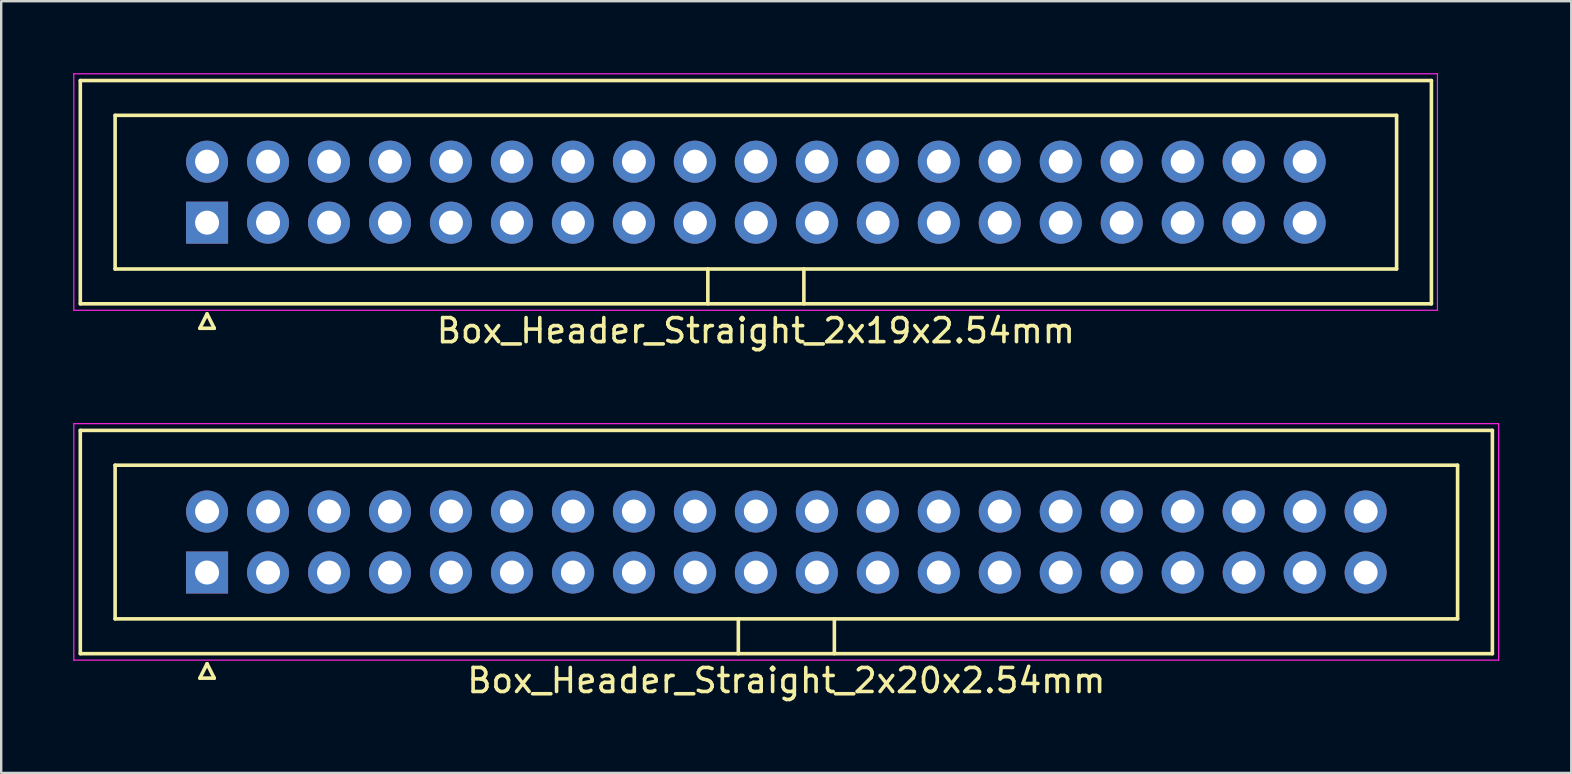
<source format=kicad_pcb>
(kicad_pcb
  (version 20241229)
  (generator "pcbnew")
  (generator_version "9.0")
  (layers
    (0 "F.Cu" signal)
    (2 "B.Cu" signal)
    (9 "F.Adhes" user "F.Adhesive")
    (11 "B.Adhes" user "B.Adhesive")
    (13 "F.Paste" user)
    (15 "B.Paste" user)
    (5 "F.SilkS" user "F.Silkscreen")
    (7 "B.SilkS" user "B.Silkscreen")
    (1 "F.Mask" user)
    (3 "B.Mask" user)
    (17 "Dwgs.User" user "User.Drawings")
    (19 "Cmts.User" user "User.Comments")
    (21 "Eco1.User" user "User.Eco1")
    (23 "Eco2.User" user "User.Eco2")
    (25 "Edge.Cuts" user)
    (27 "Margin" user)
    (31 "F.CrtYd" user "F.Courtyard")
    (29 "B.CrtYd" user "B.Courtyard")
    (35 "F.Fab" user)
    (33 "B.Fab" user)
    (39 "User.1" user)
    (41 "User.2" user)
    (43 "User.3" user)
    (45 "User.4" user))
  (footprint "Box_Header_Straight_2x20x2.54mm"
    (layer "F.Cu")
    (at 5.575 20.798)
    (property "Reference" "Box_Header_Straight_2x20x2.54mm" (at 24.13 4.5 0) (layer "F.SilkS") (effects (font (size 1 1) (thickness 0.15))))
    (attr through_hole)
    (fp_line (start -5.28 -5.92) (end -5.28 3.38) (stroke (width 0.15) (type solid)) (layer "F.SilkS"))
    (fp_line (start -5.28 3.38) (end 53.54 3.38) (stroke (width 0.15) (type solid)) (layer "F.SilkS"))
    (fp_line (start -3.83 -4.47) (end -3.83 1.93) (stroke (width 0.15) (type solid)) (layer "F.SilkS"))
    (fp_line (start -3.83 1.93) (end 52.09 1.93) (stroke (width 0.15) (type solid)) (layer "F.SilkS"))
    (fp_line (start -0.3 4.4) (end 0.3 4.4) (stroke (width 0.15) (type solid)) (layer "F.SilkS"))
    (fp_line (start 0 3.8) (end -0.3 4.4) (stroke (width 0.15) (type solid)) (layer "F.SilkS"))
    (fp_line (start 0.3 4.4) (end 0 3.8) (stroke (width 0.15) (type solid)) (layer "F.SilkS"))
    (fp_line (start 22.13 3.38) (end 22.13 1.93) (stroke (width 0.15) (type solid)) (layer "F.SilkS"))
    (fp_line (start 26.13 3.38) (end 26.13 1.93) (stroke (width 0.15) (type solid)) (layer "F.SilkS"))
    (fp_line (start 52.09 -4.47) (end -3.83 -4.47) (stroke (width 0.15) (type solid)) (layer "F.SilkS"))
    (fp_line (start 52.09 1.93) (end 52.09 -4.47) (stroke (width 0.15) (type solid)) (layer "F.SilkS"))
    (fp_line (start 53.54 -5.92) (end -5.28 -5.92) (stroke (width 0.15) (type solid)) (layer "F.SilkS"))
    (fp_line (start 53.54 3.38) (end 53.54 -5.92) (stroke (width 0.15) (type solid)) (layer "F.SilkS"))
    (fp_line (start -5.55 -6.2) (end -5.55 3.65) (stroke (width 0.05) (type solid)) (layer "F.CrtYd"))
    (fp_line (start -5.55 3.65) (end 53.8 3.65) (stroke (width 0.05) (type solid)) (layer "F.CrtYd"))
    (fp_line (start 53.8 -6.2) (end -5.55 -6.2) (stroke (width 0.05) (type solid)) (layer "F.CrtYd"))
    (fp_line (start 53.8 3.65) (end 53.8 -6.2) (stroke (width 0.05) (type solid)) (layer "F.CrtYd"))
    (pad "1" thru_hole rect (at 0 0) (size 1.75 1.75) (drill 1) (layers "*.Cu" "*.Mask"))
    (pad "2" thru_hole circle (at 0 -2.54) (size 1.75 1.75) (drill 1) (layers "*.Cu" "*.Mask"))
    (pad "3" thru_hole circle (at 2.54 0) (size 1.75 1.75) (drill 1) (layers "*.Cu" "*.Mask"))
    (pad "4" thru_hole circle (at 2.54 -2.54) (size 1.75 1.75) (drill 1) (layers "*.Cu" "*.Mask"))
    (pad "5" thru_hole circle (at 5.08 0) (size 1.75 1.75) (drill 1) (layers "*.Cu" "*.Mask"))
    (pad "6" thru_hole circle (at 5.08 -2.54) (size 1.75 1.75) (drill 1) (layers "*.Cu" "*.Mask"))
    (pad "7" thru_hole circle (at 7.62 0) (size 1.75 1.75) (drill 1) (layers "*.Cu" "*.Mask"))
    (pad "8" thru_hole circle (at 7.62 -2.54) (size 1.75 1.75) (drill 1) (layers "*.Cu" "*.Mask"))
    (pad "9" thru_hole circle (at 10.16 0) (size 1.75 1.75) (drill 1) (layers "*.Cu" "*.Mask"))
    (pad "10" thru_hole circle (at 10.16 -2.54) (size 1.75 1.75) (drill 1) (layers "*.Cu" "*.Mask"))
    (pad "11" thru_hole circle (at 12.7 0) (size 1.75 1.75) (drill 1) (layers "*.Cu" "*.Mask"))
    (pad "12" thru_hole circle (at 12.7 -2.54) (size 1.75 1.75) (drill 1) (layers "*.Cu" "*.Mask"))
    (pad "13" thru_hole circle (at 15.24 0) (size 1.75 1.75) (drill 1) (layers "*.Cu" "*.Mask"))
    (pad "14" thru_hole circle (at 15.24 -2.54) (size 1.75 1.75) (drill 1) (layers "*.Cu" "*.Mask"))
    (pad "15" thru_hole circle (at 17.78 0) (size 1.75 1.75) (drill 1) (layers "*.Cu" "*.Mask"))
    (pad "16" thru_hole circle (at 17.78 -2.54) (size 1.75 1.75) (drill 1) (layers "*.Cu" "*.Mask"))
    (pad "17" thru_hole circle (at 20.32 0) (size 1.75 1.75) (drill 1) (layers "*.Cu" "*.Mask"))
    (pad "18" thru_hole circle (at 20.32 -2.54) (size 1.75 1.75) (drill 1) (layers "*.Cu" "*.Mask"))
    (pad "19" thru_hole circle (at 22.86 0) (size 1.75 1.75) (drill 1) (layers "*.Cu" "*.Mask"))
    (pad "20" thru_hole circle (at 22.86 -2.54) (size 1.75 1.75) (drill 1) (layers "*.Cu" "*.Mask"))
    (pad "21" thru_hole circle (at 25.4 0) (size 1.75 1.75) (drill 1) (layers "*.Cu" "*.Mask"))
    (pad "22" thru_hole circle (at 25.4 -2.54) (size 1.75 1.75) (drill 1) (layers "*.Cu" "*.Mask"))
    (pad "23" thru_hole circle (at 27.94 0) (size 1.75 1.75) (drill 1) (layers "*.Cu" "*.Mask"))
    (pad "24" thru_hole circle (at 27.94 -2.54) (size 1.75 1.75) (drill 1) (layers "*.Cu" "*.Mask"))
    (pad "25" thru_hole circle (at 30.48 0) (size 1.75 1.75) (drill 1) (layers "*.Cu" "*.Mask"))
    (pad "26" thru_hole circle (at 30.48 -2.54) (size 1.75 1.75) (drill 1) (layers "*.Cu" "*.Mask"))
    (pad "27" thru_hole circle (at 33.02 0) (size 1.75 1.75) (drill 1) (layers "*.Cu" "*.Mask"))
    (pad "28" thru_hole circle (at 33.02 -2.54) (size 1.75 1.75) (drill 1) (layers "*.Cu" "*.Mask"))
    (pad "29" thru_hole circle (at 35.56 0) (size 1.75 1.75) (drill 1) (layers "*.Cu" "*.Mask"))
    (pad "30" thru_hole circle (at 35.56 -2.54) (size 1.75 1.75) (drill 1) (layers "*.Cu" "*.Mask"))
    (pad "31" thru_hole circle (at 38.1 0) (size 1.75 1.75) (drill 1) (layers "*.Cu" "*.Mask"))
    (pad "32" thru_hole circle (at 38.1 -2.54) (size 1.75 1.75) (drill 1) (layers "*.Cu" "*.Mask"))
    (pad "33" thru_hole circle (at 40.64 0) (size 1.75 1.75) (drill 1) (layers "*.Cu" "*.Mask"))
    (pad "34" thru_hole circle (at 40.64 -2.54) (size 1.75 1.75) (drill 1) (layers "*.Cu" "*.Mask"))
    (pad "35" thru_hole circle (at 43.18 0) (size 1.75 1.75) (drill 1) (layers "*.Cu" "*.Mask"))
    (pad "36" thru_hole circle (at 43.18 -2.54) (size 1.75 1.75) (drill 1) (layers "*.Cu" "*.Mask"))
    (pad "37" thru_hole circle (at 45.72 0) (size 1.75 1.75) (drill 1) (layers "*.Cu" "*.Mask"))
    (pad "38" thru_hole circle (at 45.72 -2.54) (size 1.75 1.75) (drill 1) (layers "*.Cu" "*.Mask"))
    (pad "39" thru_hole circle (at 48.26 0) (size 1.75 1.75) (drill 1) (layers "*.Cu" "*.Mask"))
    (pad "40" thru_hole circle (at 48.26 -2.54) (size 1.75 1.75) (drill 1) (layers "*.Cu" "*.Mask")))
  (footprint "Box_Header_Straight_2x19x2.54mm"
    (layer "F.Cu")
    (at 5.575 6.225)
    (property "Reference" "Box_Header_Straight_2x19x2.54mm" (at 22.86 4.5 0) (layer "F.SilkS") (effects (font (size 1 1) (thickness 0.15))))
    (attr through_hole)
    (fp_line (start -5.28 -5.92) (end -5.28 3.38) (stroke (width 0.15) (type solid)) (layer "F.SilkS"))
    (fp_line (start -5.28 3.38) (end 51 3.38) (stroke (width 0.15) (type solid)) (layer "F.SilkS"))
    (fp_line (start -3.83 -4.47) (end -3.83 1.93) (stroke (width 0.15) (type solid)) (layer "F.SilkS"))
    (fp_line (start -3.83 1.93) (end 49.55 1.93) (stroke (width 0.15) (type solid)) (layer "F.SilkS"))
    (fp_line (start -0.3 4.4) (end 0.3 4.4) (stroke (width 0.15) (type solid)) (layer "F.SilkS"))
    (fp_line (start 0 3.8) (end -0.3 4.4) (stroke (width 0.15) (type solid)) (layer "F.SilkS"))
    (fp_line (start 0.3 4.4) (end 0 3.8) (stroke (width 0.15) (type solid)) (layer "F.SilkS"))
    (fp_line (start 20.86 3.38) (end 20.86 1.93) (stroke (width 0.15) (type solid)) (layer "F.SilkS"))
    (fp_line (start 24.86 3.38) (end 24.86 1.93) (stroke (width 0.15) (type solid)) (layer "F.SilkS"))
    (fp_line (start 49.55 -4.47) (end -3.83 -4.47) (stroke (width 0.15) (type solid)) (layer "F.SilkS"))
    (fp_line (start 49.55 1.93) (end 49.55 -4.47) (stroke (width 0.15) (type solid)) (layer "F.SilkS"))
    (fp_line (start 51 -5.92) (end -5.28 -5.92) (stroke (width 0.15) (type solid)) (layer "F.SilkS"))
    (fp_line (start 51 3.38) (end 51 -5.92) (stroke (width 0.15) (type solid)) (layer "F.SilkS"))
    (fp_line (start -5.55 -6.2) (end -5.55 3.65) (stroke (width 0.05) (type solid)) (layer "F.CrtYd"))
    (fp_line (start -5.55 3.65) (end 51.25 3.65) (stroke (width 0.05) (type solid)) (layer "F.CrtYd"))
    (fp_line (start 51.25 -6.2) (end -5.55 -6.2) (stroke (width 0.05) (type solid)) (layer "F.CrtYd"))
    (fp_line (start 51.25 3.65) (end 51.25 -6.2) (stroke (width 0.05) (type solid)) (layer "F.CrtYd"))
    (pad "1" thru_hole rect (at 0 0) (size 1.75 1.75) (drill 1) (layers "*.Cu" "*.Mask"))
    (pad "2" thru_hole circle (at 0 -2.54) (size 1.75 1.75) (drill 1) (layers "*.Cu" "*.Mask"))
    (pad "3" thru_hole circle (at 2.54 0) (size 1.75 1.75) (drill 1) (layers "*.Cu" "*.Mask"))
    (pad "4" thru_hole circle (at 2.54 -2.54) (size 1.75 1.75) (drill 1) (layers "*.Cu" "*.Mask"))
    (pad "5" thru_hole circle (at 5.08 0) (size 1.75 1.75) (drill 1) (layers "*.Cu" "*.Mask"))
    (pad "6" thru_hole circle (at 5.08 -2.54) (size 1.75 1.75) (drill 1) (layers "*.Cu" "*.Mask"))
    (pad "7" thru_hole circle (at 7.62 0) (size 1.75 1.75) (drill 1) (layers "*.Cu" "*.Mask"))
    (pad "8" thru_hole circle (at 7.62 -2.54) (size 1.75 1.75) (drill 1) (layers "*.Cu" "*.Mask"))
    (pad "9" thru_hole circle (at 10.16 0) (size 1.75 1.75) (drill 1) (layers "*.Cu" "*.Mask"))
    (pad "10" thru_hole circle (at 10.16 -2.54) (size 1.75 1.75) (drill 1) (layers "*.Cu" "*.Mask"))
    (pad "11" thru_hole circle (at 12.7 0) (size 1.75 1.75) (drill 1) (layers "*.Cu" "*.Mask"))
    (pad "12" thru_hole circle (at 12.7 -2.54) (size 1.75 1.75) (drill 1) (layers "*.Cu" "*.Mask"))
    (pad "13" thru_hole circle (at 15.24 0) (size 1.75 1.75) (drill 1) (layers "*.Cu" "*.Mask"))
    (pad "14" thru_hole circle (at 15.24 -2.54) (size 1.75 1.75) (drill 1) (layers "*.Cu" "*.Mask"))
    (pad "15" thru_hole circle (at 17.78 0) (size 1.75 1.75) (drill 1) (layers "*.Cu" "*.Mask"))
    (pad "16" thru_hole circle (at 17.78 -2.54) (size 1.75 1.75) (drill 1) (layers "*.Cu" "*.Mask"))
    (pad "17" thru_hole circle (at 20.32 0) (size 1.75 1.75) (drill 1) (layers "*.Cu" "*.Mask"))
    (pad "18" thru_hole circle (at 20.32 -2.54) (size 1.75 1.75) (drill 1) (layers "*.Cu" "*.Mask"))
    (pad "19" thru_hole circle (at 22.86 0) (size 1.75 1.75) (drill 1) (layers "*.Cu" "*.Mask"))
    (pad "20" thru_hole circle (at 22.86 -2.54) (size 1.75 1.75) (drill 1) (layers "*.Cu" "*.Mask"))
    (pad "21" thru_hole circle (at 25.4 0) (size 1.75 1.75) (drill 1) (layers "*.Cu" "*.Mask"))
    (pad "22" thru_hole circle (at 25.4 -2.54) (size 1.75 1.75) (drill 1) (layers "*.Cu" "*.Mask"))
    (pad "23" thru_hole circle (at 27.94 0) (size 1.75 1.75) (drill 1) (layers "*.Cu" "*.Mask"))
    (pad "24" thru_hole circle (at 27.94 -2.54) (size 1.75 1.75) (drill 1) (layers "*.Cu" "*.Mask"))
    (pad "25" thru_hole circle (at 30.48 0) (size 1.75 1.75) (drill 1) (layers "*.Cu" "*.Mask"))
    (pad "26" thru_hole circle (at 30.48 -2.54) (size 1.75 1.75) (drill 1) (layers "*.Cu" "*.Mask"))
    (pad "27" thru_hole circle (at 33.02 0) (size 1.75 1.75) (drill 1) (layers "*.Cu" "*.Mask"))
    (pad "28" thru_hole circle (at 33.02 -2.54) (size 1.75 1.75) (drill 1) (layers "*.Cu" "*.Mask"))
    (pad "29" thru_hole circle (at 35.56 0) (size 1.75 1.75) (drill 1) (layers "*.Cu" "*.Mask"))
    (pad "30" thru_hole circle (at 35.56 -2.54) (size 1.75 1.75) (drill 1) (layers "*.Cu" "*.Mask"))
    (pad "31" thru_hole circle (at 38.1 0) (size 1.75 1.75) (drill 1) (layers "*.Cu" "*.Mask"))
    (pad "32" thru_hole circle (at 38.1 -2.54) (size 1.75 1.75) (drill 1) (layers "*.Cu" "*.Mask"))
    (pad "33" thru_hole circle (at 40.64 0) (size 1.75 1.75) (drill 1) (layers "*.Cu" "*.Mask"))
    (pad "34" thru_hole circle (at 40.64 -2.54) (size 1.75 1.75) (drill 1) (layers "*.Cu" "*.Mask"))
    (pad "35" thru_hole circle (at 43.18 0) (size 1.75 1.75) (drill 1) (layers "*.Cu" "*.Mask"))
    (pad "36" thru_hole circle (at 43.18 -2.54) (size 1.75 1.75) (drill 1) (layers "*.Cu" "*.Mask"))
    (pad "37" thru_hole circle (at 45.72 0) (size 1.75 1.75) (drill 1) (layers "*.Cu" "*.Mask"))
    (pad "38" thru_hole circle (at 45.72 -2.54) (size 1.75 1.75) (drill 1) (layers "*.Cu" "*.Mask")))
  (gr_rect
    (start -3 -3)
    (end 62.4 29.146)
    (stroke (width 0.1) (type default))
    (fill no)
    (layer "Edge.Cuts")))
</source>
